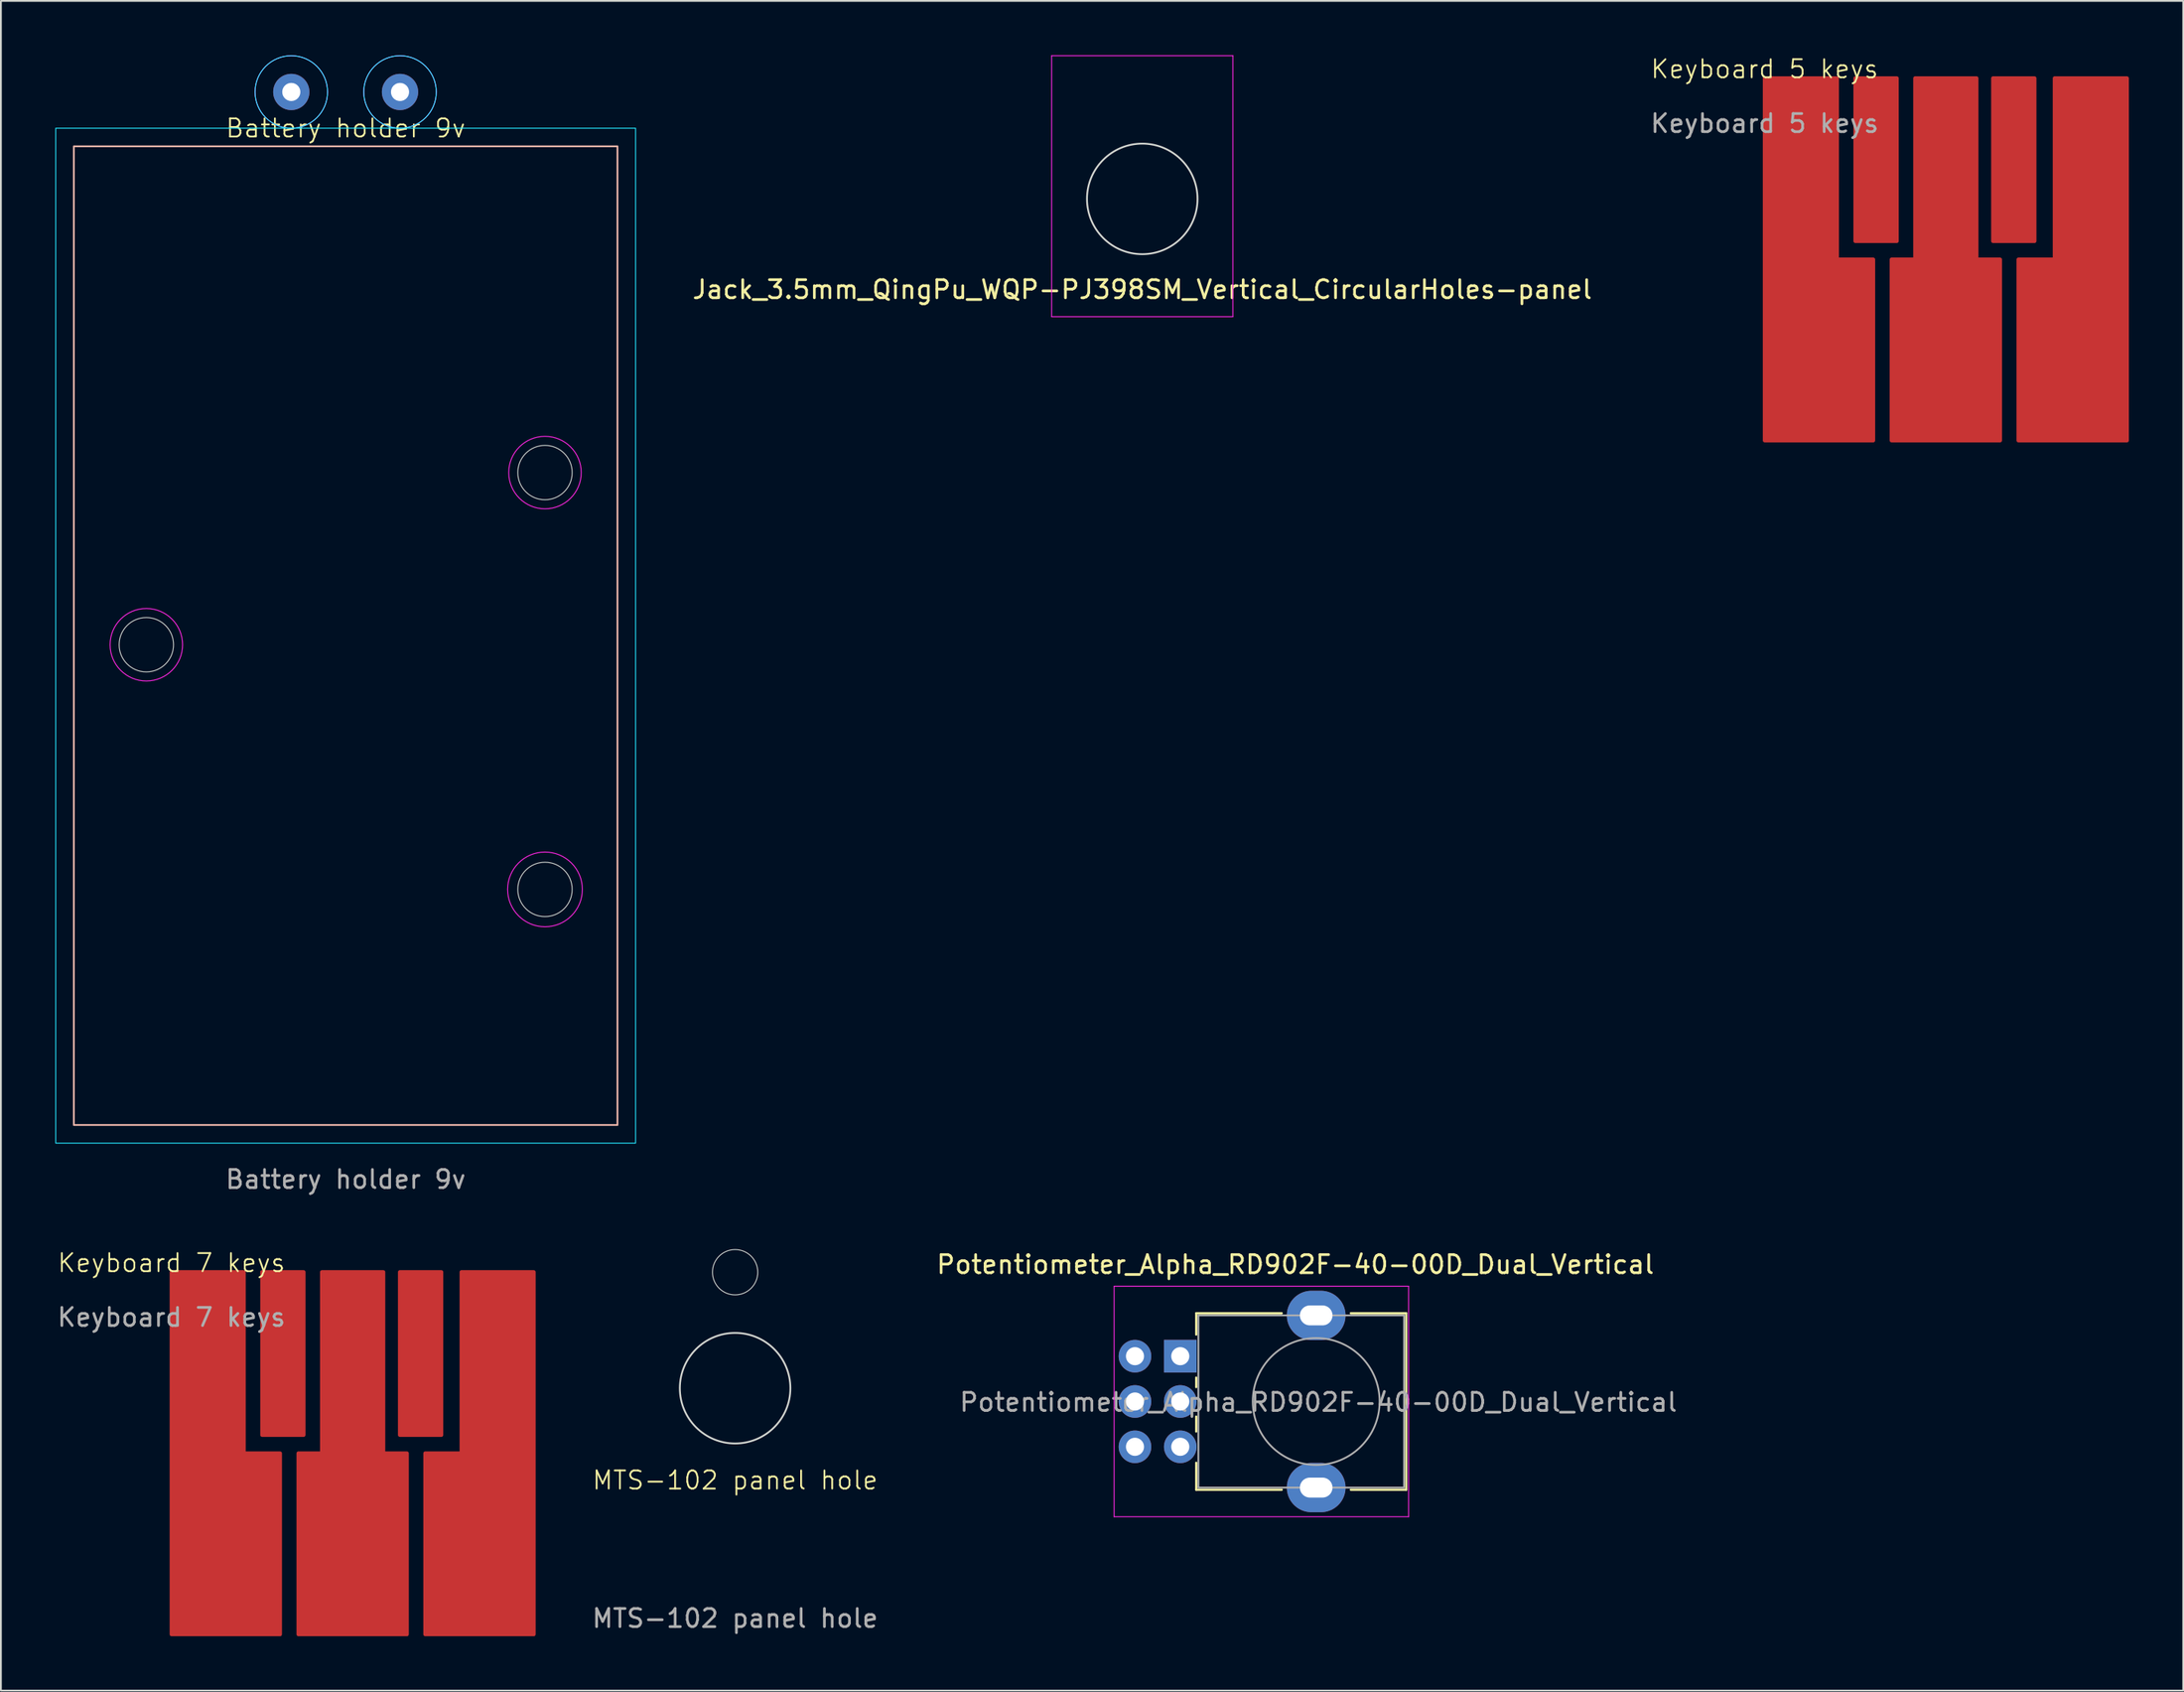
<source format=kicad_pcb>
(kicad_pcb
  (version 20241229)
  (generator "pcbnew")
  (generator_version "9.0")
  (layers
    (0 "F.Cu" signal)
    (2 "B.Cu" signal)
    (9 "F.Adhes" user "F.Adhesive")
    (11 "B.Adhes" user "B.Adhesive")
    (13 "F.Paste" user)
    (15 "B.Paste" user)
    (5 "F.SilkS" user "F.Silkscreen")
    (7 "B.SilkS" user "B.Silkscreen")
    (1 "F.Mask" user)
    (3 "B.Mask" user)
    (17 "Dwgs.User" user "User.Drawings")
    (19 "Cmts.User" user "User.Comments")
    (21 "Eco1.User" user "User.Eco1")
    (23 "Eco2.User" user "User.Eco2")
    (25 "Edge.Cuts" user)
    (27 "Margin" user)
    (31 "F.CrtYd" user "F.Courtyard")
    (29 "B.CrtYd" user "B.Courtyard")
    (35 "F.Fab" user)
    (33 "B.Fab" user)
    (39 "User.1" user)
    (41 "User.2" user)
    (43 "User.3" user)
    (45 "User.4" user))
  (footprint "Keyboard 7 keys"
    (layer "F.Cu")
    (at 6.411 67.134)
    (property "Reference" "Keyboard 7 keys" (at 0 -0.5 0) (unlocked yes) (layer "F.SilkS") (effects (font (size 1 1) (thickness 0.1))))
    (fp_text user "${REFERENCE}" (at 0 2.5 0) (unlocked yes) (layer "F.Fab") (effects (font (size 1 1) (thickness 0.15))))
    (pad "1" smd custom (at 0 0) (size 0.1 0.1) (property pad_prop_testpoint) (layers "F.Cu" "F.Mask" "F.Paste") (options (anchor rect)) (primitives (gr_poly (pts (xy 0 0) (xy 0 20) (xy 6 20) (xy 6 10) (xy 4 10) (xy 4 0)) (width 0.2) (fill yes))))
    (pad "2" smd custom (at 5 0) (size 0.1 0.1) (property pad_prop_testpoint) (layers "F.Cu" "F.Mask" "F.Paste") (options (anchor rect)) (primitives (gr_poly (pts (xy 0 0) (xy 0 9) (xy 2.3 9) (xy 2.3 0)) (width 0.2) (fill yes))))
    (pad "3" smd custom (at 8.3 0) (size 0.1 0.1) (property pad_prop_testpoint) (layers "F.Cu" "F.Mask" "F.Paste") (options (anchor rect)) (primitives (gr_poly (pts (xy 0 0) (xy 0 10) (xy -1.3 10) (xy -1.3 20) (xy 4.7 20) (xy 4.7 10) (xy 3.4 10) (xy 3.4 0)) (width 0.2) (fill yes))))
    (pad "4" smd custom (at 12.6 0) (size 0.1 0.1) (property pad_prop_testpoint) (layers "F.Cu" "F.Mask" "F.Paste") (options (anchor rect)) (primitives (gr_poly (pts (xy 0 0) (xy 0 9) (xy 2.3 9) (xy 2.3 0)) (width 0.2) (fill yes))))
    (pad "5" smd custom (at 16 0) (size 0.1 0.1) (property pad_prop_testpoint) (layers "F.Cu" "F.Mask" "F.Paste") (options (anchor rect)) (primitives (gr_poly (pts (xy 0 0) (xy 0 10) (xy -2 10) (xy -2 20) (xy 4 20) (xy 4 0)) (width 0.2) (fill yes)))))
  (footprint "Keyboard 5 keys"
    (layer "F.Cu")
    (at 94.33 1.26)
    (property "Reference" "Keyboard 5 keys" (at 0 -0.5 0) (unlocked yes) (layer "F.SilkS") (effects (font (size 1 1) (thickness 0.1))))
    (fp_text user "${REFERENCE}" (at 0 2.5 0) (unlocked yes) (layer "F.Fab") (effects (font (size 1 1) (thickness 0.15))))
    (pad "1" smd custom (at 0 0) (size 0.1 0.1) (property pad_prop_testpoint) (layers "F.Cu" "F.Mask" "F.Paste") (options (anchor rect)) (primitives (gr_poly (pts (xy 0 0) (xy 0 20) (xy 6 20) (xy 6 10) (xy 4 10) (xy 4 0)) (width 0.2) (fill yes))))
    (pad "2" smd custom (at 5 0) (size 0.1 0.1) (property pad_prop_testpoint) (layers "F.Cu" "F.Mask" "F.Paste") (options (anchor rect)) (primitives (gr_poly (pts (xy 0 0) (xy 0 9) (xy 2.3 9) (xy 2.3 0)) (width 0.2) (fill yes))))
    (pad "3" smd custom (at 8.3 0) (size 0.1 0.1) (property pad_prop_testpoint) (layers "F.Cu" "F.Mask" "F.Paste") (options (anchor rect)) (primitives (gr_poly (pts (xy 0 0) (xy 0 10) (xy -1.3 10) (xy -1.3 20) (xy 4.7 20) (xy 4.7 10) (xy 3.4 10) (xy 3.4 0)) (width 0.2) (fill yes))))
    (pad "4" smd custom (at 12.6 0) (size 0.1 0.1) (property pad_prop_testpoint) (layers "F.Cu" "F.Mask" "F.Paste") (options (anchor rect)) (primitives (gr_poly (pts (xy 0 0) (xy 0 9) (xy 2.3 9) (xy 2.3 0)) (width 0.2) (fill yes))))
    (pad "5" smd custom (at 16 0) (size 0.1 0.1) (property pad_prop_testpoint) (layers "F.Cu" "F.Mask" "F.Paste") (options (anchor rect)) (primitives (gr_poly (pts (xy 0 0) (xy 0 10) (xy -2 10) (xy -2 20) (xy 4 20) (xy 4 0)) (width 0.2) (fill yes)))))
  (footprint "Jack_3.5mm_QingPu_WQP-PJ398SM_Vertical_CircularHoles-panel"
    (layer "F.Cu")
    (at 59.985 7.925)
    (property "Reference" "Jack_3.5mm_QingPu_WQP-PJ398SM_Vertical_CircularHoles-panel" (at 0 5 180) (layer "F.SilkS") (effects (font (size 1 1) (thickness 0.15))))
    (attr through_hole)
    (fp_circle (center 0 0) (end 3.05 0) (stroke (width 0.1) (type solid)) (fill no) (layer "Edge.Cuts"))
    (fp_line (start -5 6.5) (end -5 -7.9) (stroke (width 0.05) (type solid)) (layer "F.CrtYd"))
    (fp_line (start 5 -7.9) (end -5 -7.9) (stroke (width 0.05) (type solid)) (layer "F.CrtYd"))
    (fp_line (start 5 6.5) (end -5 6.5) (stroke (width 0.05) (type solid)) (layer "F.CrtYd"))
    (fp_line (start 5 6.5) (end 5 -7.9) (stroke (width 0.05) (type solid)) (layer "F.CrtYd")))
  (footprint "MTS-102 panel hole"
    (layer "F.Cu")
    (at 37.517 73.548)
    (property "Reference" "MTS-102 panel hole" (at 0 5.08 0) (unlocked yes) (layer "F.SilkS") (effects (font (size 1 1) (thickness 0.1))))
    (fp_circle (center 0 -6.4) (end 1.25 -6.4) (stroke (width 0.05) (type default)) (fill no) (layer "Edge.Cuts"))
    (fp_circle (center 0 0) (end 3.05 0) (stroke (width 0.1) (type default)) (fill no) (layer "Edge.Cuts"))
    (fp_text user "${REFERENCE}" (at 0 12.7 0) (unlocked yes) (layer "F.Fab") (effects (font (size 1 1) (thickness 0.15)))))
  (footprint "Potentiometer_Alpha_RD902F-40-00D_Dual_Vertical"
    (layer "F.Cu")
    (at 69.583 74.281)
    (property "Reference" "Potentiometer_Alpha_RD902F-40-00D_Dual_Vertical" (at -1.15 -7.56 180) (layer "F.SilkS") (effects (font (size 1 1) (thickness 0.15))))
    (attr through_hole)
    (fp_line (start -6.62 -4.87) (end -1.9 -4.87) (stroke (width 0.12) (type solid)) (layer "F.SilkS"))
    (fp_line (start -6.62 -3.69) (end -6.62 -4.87) (stroke (width 0.12) (type solid)) (layer "F.SilkS"))
    (fp_line (start -6.62 -0.79) (end -6.62 -1.32) (stroke (width 0.12) (type solid)) (layer "F.SilkS"))
    (fp_line (start -6.62 1.66) (end -6.62 0.83) (stroke (width 0.12) (type solid)) (layer "F.SilkS"))
    (fp_line (start -6.62 4.87) (end -6.62 3.38) (stroke (width 0.12) (type solid)) (layer "F.SilkS"))
    (fp_line (start -6.62 4.87) (end -1.9 4.87) (stroke (width 0.12) (type solid)) (layer "F.SilkS"))
    (fp_line (start 1.91 -4.87) (end 4.97 -4.87) (stroke (width 0.12) (type solid)) (layer "F.SilkS"))
    (fp_line (start 1.91 4.87) (end 4.97 4.87) (stroke (width 0.12) (type solid)) (layer "F.SilkS"))
    (fp_line (start 4.97 4.87) (end 4.97 -4.87) (stroke (width 0.12) (type solid)) (layer "F.SilkS"))
    (fp_line (start -11.15 -6.36) (end -11.15 6.36) (stroke (width 0.05) (type solid)) (layer "F.CrtYd"))
    (fp_line (start -11.15 6.36) (end 5.1 6.36) (stroke (width 0.05) (type solid)) (layer "F.CrtYd"))
    (fp_line (start 5.1 -6.36) (end -11.15 -6.36) (stroke (width 0.05) (type solid)) (layer "F.CrtYd"))
    (fp_line (start 5.1 6.36) (end 5.1 -6.36) (stroke (width 0.05) (type solid)) (layer "F.CrtYd"))
    (fp_line (start -6.5 -4.75) (end 4.85 -4.75) (stroke (width 0.1) (type solid)) (layer "F.Fab"))
    (fp_line (start -6.5 4.75) (end -6.5 -4.75) (stroke (width 0.1) (type solid)) (layer "F.Fab"))
    (fp_line (start -6.5 4.75) (end 4.85 4.75) (stroke (width 0.1) (type solid)) (layer "F.Fab"))
    (fp_line (start 4.85 4.75) (end 4.85 -4.75) (stroke (width 0.1) (type solid)) (layer "F.Fab"))
    (fp_circle (center 0 0) (end 0 -3.5) (stroke (width 0.1) (type solid)) (fill no) (layer "F.Fab"))
    (fp_text user "${REFERENCE}" (at 0.12 0.04 0) (layer "F.Fab") (effects (font (size 1 1) (thickness 0.15))))
    (pad "" thru_hole oval (at 0 -4.75 90) (size 2.72 3.24) (drill oval 1.1 1.8) (layers "*.Cu" "*.Mask"))
    (pad "" thru_hole oval (at 0 4.75 90) (size 2.72 3.24) (drill oval 1.1 1.8) (layers "*.Cu" "*.Mask"))
    (pad "1" thru_hole rect (at -7.5 -2.5 90) (size 1.8 1.8) (drill 1) (layers "*.Cu" "*.Mask"))
    (pad "2" thru_hole circle (at -7.5 0 90) (size 1.8 1.8) (drill 1) (layers "*.Cu" "*.Mask"))
    (pad "3" thru_hole circle (at -7.5 2.5 90) (size 1.8 1.8) (drill 1) (layers "*.Cu" "*.Mask"))
    (pad "4" thru_hole circle (at -10 -2.5 90) (size 1.8 1.8) (drill 1) (layers "*.Cu" "*.Mask"))
    (pad "5" thru_hole circle (at -10 0 90) (size 1.8 1.8) (drill 1) (layers "*.Cu" "*.Mask"))
    (pad "6" thru_hole circle (at -10 2.5 90) (size 1.8 1.8) (drill 1) (layers "*.Cu" "*.Mask")))
  (footprint "Battery holder 9v"
    (layer "F.Cu")
    (at 16.025 5.025)
    (property "Reference" "Battery holder 9v" (at 0 -1 0) (unlocked yes) (layer "F.SilkS") (effects (font (size 1 1) (thickness 0.1))))
    (attr through_hole)
    (fp_rect (start -15 0) (end 15 54) (stroke (width 0.1) (type default)) (fill no) (layer "B.SilkS"))
    (fp_circle (center -11 27.5) (end -9.5 27.5) (stroke (width 0.05) (type default)) (fill no) (layer "Edge.Cuts"))
    (fp_circle (center 11 18) (end 12.5 18) (stroke (width 0.05) (type default)) (fill no) (layer "Edge.Cuts"))
    (fp_circle (center 11 41) (end 12.5 41) (stroke (width 0.05) (type default)) (fill no) (layer "Edge.Cuts"))
    (fp_rect (start -16 55) (end 16 -1) (stroke (width 0.05) (type default)) (fill no) (layer "B.CrtYd"))
    (fp_circle (center -3 -3) (end -5 -3) (stroke (width 0.05) (type default)) (fill no) (layer "B.CrtYd"))
    (fp_circle (center 3 -3) (end 1 -3) (stroke (width 0.05) (type default)) (fill no) (layer "B.CrtYd"))
    (fp_circle (center -11 27.5) (end -9 27.5) (stroke (width 0.05) (type default)) (fill no) (layer "F.CrtYd"))
    (fp_circle (center -3 -3) (end -1 -3) (stroke (width 0.05) (type default)) (fill no) (layer "F.CrtYd"))
    (fp_circle (center 3 -3) (end 1 -3) (stroke (width 0.05) (type default)) (fill no) (layer "F.CrtYd"))
    (fp_circle (center 11 18) (end 13 18) (stroke (width 0.05) (type default)) (fill no) (layer "F.CrtYd"))
    (fp_circle (center 11 41) (end 9 41.5) (stroke (width 0.05) (type default)) (fill no) (layer "F.CrtYd"))
    (fp_text user "${REFERENCE}" (at 0 57 0) (unlocked yes) (layer "F.Fab") (effects (font (size 1 1) (thickness 0.15))))
    (pad "1" thru_hole circle (at 3 -3) (size 2 2) (drill 1) (layers "*.Cu" "*.Mask"))
    (pad "2" thru_hole circle (at -3 -3) (size 2 2) (drill 1) (layers "*.Cu" "*.Mask")))
  (gr_rect
    (start -3 -3)
    (end 117.43 90.234)
    (stroke (width 0.1) (type default))
    (fill no)
    (layer "Edge.Cuts")))
</source>
